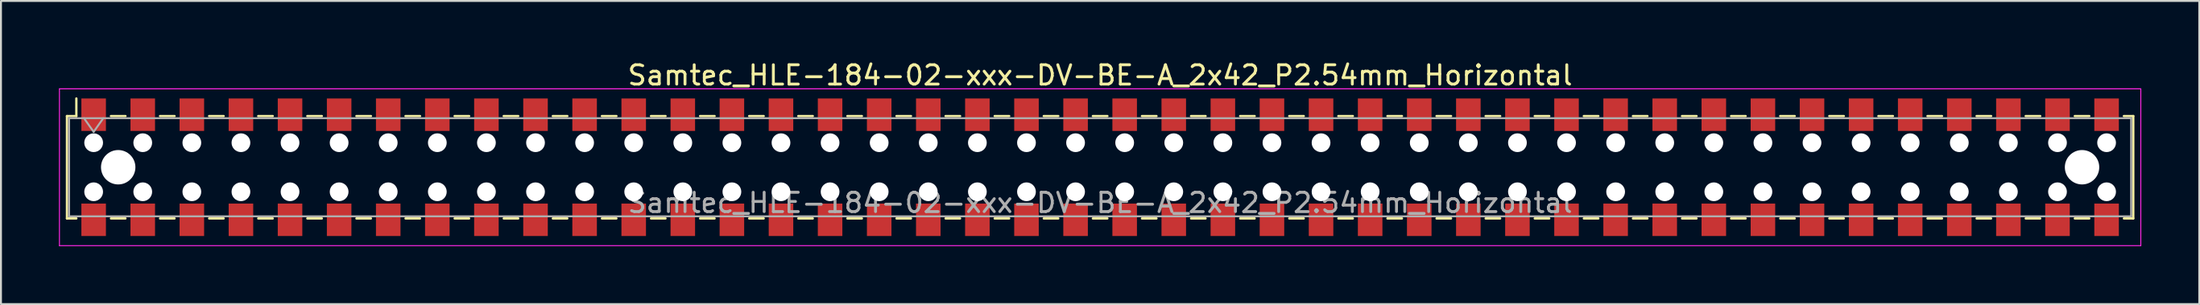
<source format=kicad_pcb>
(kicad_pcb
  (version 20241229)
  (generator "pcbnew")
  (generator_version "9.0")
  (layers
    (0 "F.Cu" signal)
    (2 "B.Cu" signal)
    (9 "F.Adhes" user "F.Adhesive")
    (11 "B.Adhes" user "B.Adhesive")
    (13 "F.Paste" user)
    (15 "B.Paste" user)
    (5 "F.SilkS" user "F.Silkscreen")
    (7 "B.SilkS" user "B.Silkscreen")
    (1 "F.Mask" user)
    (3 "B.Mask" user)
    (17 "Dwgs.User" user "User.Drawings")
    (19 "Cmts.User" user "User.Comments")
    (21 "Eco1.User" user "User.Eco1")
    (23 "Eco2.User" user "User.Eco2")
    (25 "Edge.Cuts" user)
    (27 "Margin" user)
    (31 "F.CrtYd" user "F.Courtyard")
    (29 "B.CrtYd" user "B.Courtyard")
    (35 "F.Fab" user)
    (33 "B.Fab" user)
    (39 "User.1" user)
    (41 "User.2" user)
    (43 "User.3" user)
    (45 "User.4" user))
  (footprint "Samtec_HLE-184-02-xxx-DV-BE-A_2x42_P2.54mm_Horizontal"
    (layer "F.Cu")
    (at 53.865 5.608)
    (property "Reference" "Samtec_HLE-184-02-xxx-DV-BE-A_2x42_P2.54mm_Horizontal" (at 0 -4.76 0) (layer "F.SilkS") (effects (font (size 1 1) (thickness 0.15))))
    (attr smd)
    (fp_line (start -53.45 -2.65) (end -53.45 2.65) (stroke (width 0.12) (type solid)) (layer "F.SilkS"))
    (fp_line (start -53.45 2.65) (end -52.965 2.65) (stroke (width 0.12) (type solid)) (layer "F.SilkS"))
    (fp_line (start -52.965 -3.56) (end -52.965 -2.65) (stroke (width 0.12) (type solid)) (layer "F.SilkS"))
    (fp_line (start -52.965 -2.65) (end -53.45 -2.65) (stroke (width 0.12) (type solid)) (layer "F.SilkS"))
    (fp_line (start -51.175 -2.65) (end -50.425 -2.65) (stroke (width 0.12) (type solid)) (layer "F.SilkS"))
    (fp_line (start -51.175 2.65) (end -50.425 2.65) (stroke (width 0.12) (type solid)) (layer "F.SilkS"))
    (fp_line (start -48.635 -2.65) (end -47.885 -2.65) (stroke (width 0.12) (type solid)) (layer "F.SilkS"))
    (fp_line (start -48.635 2.65) (end -47.885 2.65) (stroke (width 0.12) (type solid)) (layer "F.SilkS"))
    (fp_line (start -46.095 -2.65) (end -45.345 -2.65) (stroke (width 0.12) (type solid)) (layer "F.SilkS"))
    (fp_line (start -46.095 2.65) (end -45.345 2.65) (stroke (width 0.12) (type solid)) (layer "F.SilkS"))
    (fp_line (start -43.555 -2.65) (end -42.805 -2.65) (stroke (width 0.12) (type solid)) (layer "F.SilkS"))
    (fp_line (start -43.555 2.65) (end -42.805 2.65) (stroke (width 0.12) (type solid)) (layer "F.SilkS"))
    (fp_line (start -41.015 -2.65) (end -40.265 -2.65) (stroke (width 0.12) (type solid)) (layer "F.SilkS"))
    (fp_line (start -41.015 2.65) (end -40.265 2.65) (stroke (width 0.12) (type solid)) (layer "F.SilkS"))
    (fp_line (start -38.475 -2.65) (end -37.725 -2.65) (stroke (width 0.12) (type solid)) (layer "F.SilkS"))
    (fp_line (start -38.475 2.65) (end -37.725 2.65) (stroke (width 0.12) (type solid)) (layer "F.SilkS"))
    (fp_line (start -35.935 -2.65) (end -35.185 -2.65) (stroke (width 0.12) (type solid)) (layer "F.SilkS"))
    (fp_line (start -35.935 2.65) (end -35.185 2.65) (stroke (width 0.12) (type solid)) (layer "F.SilkS"))
    (fp_line (start -33.395 -2.65) (end -32.645 -2.65) (stroke (width 0.12) (type solid)) (layer "F.SilkS"))
    (fp_line (start -33.395 2.65) (end -32.645 2.65) (stroke (width 0.12) (type solid)) (layer "F.SilkS"))
    (fp_line (start -30.855 -2.65) (end -30.105 -2.65) (stroke (width 0.12) (type solid)) (layer "F.SilkS"))
    (fp_line (start -30.855 2.65) (end -30.105 2.65) (stroke (width 0.12) (type solid)) (layer "F.SilkS"))
    (fp_line (start -28.315 -2.65) (end -27.565 -2.65) (stroke (width 0.12) (type solid)) (layer "F.SilkS"))
    (fp_line (start -28.315 2.65) (end -27.565 2.65) (stroke (width 0.12) (type solid)) (layer "F.SilkS"))
    (fp_line (start -25.775 -2.65) (end -25.025 -2.65) (stroke (width 0.12) (type solid)) (layer "F.SilkS"))
    (fp_line (start -25.775 2.65) (end -25.025 2.65) (stroke (width 0.12) (type solid)) (layer "F.SilkS"))
    (fp_line (start -23.235 -2.65) (end -22.485 -2.65) (stroke (width 0.12) (type solid)) (layer "F.SilkS"))
    (fp_line (start -23.235 2.65) (end -22.485 2.65) (stroke (width 0.12) (type solid)) (layer "F.SilkS"))
    (fp_line (start -20.695 -2.65) (end -19.945 -2.65) (stroke (width 0.12) (type solid)) (layer "F.SilkS"))
    (fp_line (start -20.695 2.65) (end -19.945 2.65) (stroke (width 0.12) (type solid)) (layer "F.SilkS"))
    (fp_line (start -18.155 -2.65) (end -17.405 -2.65) (stroke (width 0.12) (type solid)) (layer "F.SilkS"))
    (fp_line (start -18.155 2.65) (end -17.405 2.65) (stroke (width 0.12) (type solid)) (layer "F.SilkS"))
    (fp_line (start -15.615 -2.65) (end -14.865 -2.65) (stroke (width 0.12) (type solid)) (layer "F.SilkS"))
    (fp_line (start -15.615 2.65) (end -14.865 2.65) (stroke (width 0.12) (type solid)) (layer "F.SilkS"))
    (fp_line (start -13.075 -2.65) (end -12.325 -2.65) (stroke (width 0.12) (type solid)) (layer "F.SilkS"))
    (fp_line (start -13.075 2.65) (end -12.325 2.65) (stroke (width 0.12) (type solid)) (layer "F.SilkS"))
    (fp_line (start -10.535 -2.65) (end -9.785 -2.65) (stroke (width 0.12) (type solid)) (layer "F.SilkS"))
    (fp_line (start -10.535 2.65) (end -9.785 2.65) (stroke (width 0.12) (type solid)) (layer "F.SilkS"))
    (fp_line (start -7.995 -2.65) (end -7.245 -2.65) (stroke (width 0.12) (type solid)) (layer "F.SilkS"))
    (fp_line (start -7.995 2.65) (end -7.245 2.65) (stroke (width 0.12) (type solid)) (layer "F.SilkS"))
    (fp_line (start -5.455 -2.65) (end -4.705 -2.65) (stroke (width 0.12) (type solid)) (layer "F.SilkS"))
    (fp_line (start -5.455 2.65) (end -4.705 2.65) (stroke (width 0.12) (type solid)) (layer "F.SilkS"))
    (fp_line (start -2.915 -2.65) (end -2.165 -2.65) (stroke (width 0.12) (type solid)) (layer "F.SilkS"))
    (fp_line (start -2.915 2.65) (end -2.165 2.65) (stroke (width 0.12) (type solid)) (layer "F.SilkS"))
    (fp_line (start -0.375 -2.65) (end 0.375 -2.65) (stroke (width 0.12) (type solid)) (layer "F.SilkS"))
    (fp_line (start -0.375 2.65) (end 0.375 2.65) (stroke (width 0.12) (type solid)) (layer "F.SilkS"))
    (fp_line (start 2.165 -2.65) (end 2.915 -2.65) (stroke (width 0.12) (type solid)) (layer "F.SilkS"))
    (fp_line (start 2.165 2.65) (end 2.915 2.65) (stroke (width 0.12) (type solid)) (layer "F.SilkS"))
    (fp_line (start 4.705 -2.65) (end 5.455 -2.65) (stroke (width 0.12) (type solid)) (layer "F.SilkS"))
    (fp_line (start 4.705 2.65) (end 5.455 2.65) (stroke (width 0.12) (type solid)) (layer "F.SilkS"))
    (fp_line (start 7.245 -2.65) (end 7.995 -2.65) (stroke (width 0.12) (type solid)) (layer "F.SilkS"))
    (fp_line (start 7.245 2.65) (end 7.995 2.65) (stroke (width 0.12) (type solid)) (layer "F.SilkS"))
    (fp_line (start 9.785 -2.65) (end 10.535 -2.65) (stroke (width 0.12) (type solid)) (layer "F.SilkS"))
    (fp_line (start 9.785 2.65) (end 10.535 2.65) (stroke (width 0.12) (type solid)) (layer "F.SilkS"))
    (fp_line (start 12.325 -2.65) (end 13.075 -2.65) (stroke (width 0.12) (type solid)) (layer "F.SilkS"))
    (fp_line (start 12.325 2.65) (end 13.075 2.65) (stroke (width 0.12) (type solid)) (layer "F.SilkS"))
    (fp_line (start 14.865 -2.65) (end 15.615 -2.65) (stroke (width 0.12) (type solid)) (layer "F.SilkS"))
    (fp_line (start 14.865 2.65) (end 15.615 2.65) (stroke (width 0.12) (type solid)) (layer "F.SilkS"))
    (fp_line (start 17.405 -2.65) (end 18.155 -2.65) (stroke (width 0.12) (type solid)) (layer "F.SilkS"))
    (fp_line (start 17.405 2.65) (end 18.155 2.65) (stroke (width 0.12) (type solid)) (layer "F.SilkS"))
    (fp_line (start 19.945 -2.65) (end 20.695 -2.65) (stroke (width 0.12) (type solid)) (layer "F.SilkS"))
    (fp_line (start 19.945 2.65) (end 20.695 2.65) (stroke (width 0.12) (type solid)) (layer "F.SilkS"))
    (fp_line (start 22.485 -2.65) (end 23.235 -2.65) (stroke (width 0.12) (type solid)) (layer "F.SilkS"))
    (fp_line (start 22.485 2.65) (end 23.235 2.65) (stroke (width 0.12) (type solid)) (layer "F.SilkS"))
    (fp_line (start 25.025 -2.65) (end 25.775 -2.65) (stroke (width 0.12) (type solid)) (layer "F.SilkS"))
    (fp_line (start 25.025 2.65) (end 25.775 2.65) (stroke (width 0.12) (type solid)) (layer "F.SilkS"))
    (fp_line (start 27.565 -2.65) (end 28.315 -2.65) (stroke (width 0.12) (type solid)) (layer "F.SilkS"))
    (fp_line (start 27.565 2.65) (end 28.315 2.65) (stroke (width 0.12) (type solid)) (layer "F.SilkS"))
    (fp_line (start 30.105 -2.65) (end 30.855 -2.65) (stroke (width 0.12) (type solid)) (layer "F.SilkS"))
    (fp_line (start 30.105 2.65) (end 30.855 2.65) (stroke (width 0.12) (type solid)) (layer "F.SilkS"))
    (fp_line (start 32.645 -2.65) (end 33.395 -2.65) (stroke (width 0.12) (type solid)) (layer "F.SilkS"))
    (fp_line (start 32.645 2.65) (end 33.395 2.65) (stroke (width 0.12) (type solid)) (layer "F.SilkS"))
    (fp_line (start 35.185 -2.65) (end 35.935 -2.65) (stroke (width 0.12) (type solid)) (layer "F.SilkS"))
    (fp_line (start 35.185 2.65) (end 35.935 2.65) (stroke (width 0.12) (type solid)) (layer "F.SilkS"))
    (fp_line (start 37.725 -2.65) (end 38.475 -2.65) (stroke (width 0.12) (type solid)) (layer "F.SilkS"))
    (fp_line (start 37.725 2.65) (end 38.475 2.65) (stroke (width 0.12) (type solid)) (layer "F.SilkS"))
    (fp_line (start 40.265 -2.65) (end 41.015 -2.65) (stroke (width 0.12) (type solid)) (layer "F.SilkS"))
    (fp_line (start 40.265 2.65) (end 41.015 2.65) (stroke (width 0.12) (type solid)) (layer "F.SilkS"))
    (fp_line (start 42.805 -2.65) (end 43.555 -2.65) (stroke (width 0.12) (type solid)) (layer "F.SilkS"))
    (fp_line (start 42.805 2.65) (end 43.555 2.65) (stroke (width 0.12) (type solid)) (layer "F.SilkS"))
    (fp_line (start 45.345 -2.65) (end 46.095 -2.65) (stroke (width 0.12) (type solid)) (layer "F.SilkS"))
    (fp_line (start 45.345 2.65) (end 46.095 2.65) (stroke (width 0.12) (type solid)) (layer "F.SilkS"))
    (fp_line (start 47.885 -2.65) (end 48.635 -2.65) (stroke (width 0.12) (type solid)) (layer "F.SilkS"))
    (fp_line (start 47.885 2.65) (end 48.635 2.65) (stroke (width 0.12) (type solid)) (layer "F.SilkS"))
    (fp_line (start 50.425 -2.65) (end 51.175 -2.65) (stroke (width 0.12) (type solid)) (layer "F.SilkS"))
    (fp_line (start 50.425 2.65) (end 51.175 2.65) (stroke (width 0.12) (type solid)) (layer "F.SilkS"))
    (fp_line (start 52.965 -2.65) (end 53.45 -2.65) (stroke (width 0.12) (type solid)) (layer "F.SilkS"))
    (fp_line (start 53.45 -2.65) (end 53.45 2.65) (stroke (width 0.12) (type solid)) (layer "F.SilkS"))
    (fp_line (start 53.45 2.65) (end 52.965 2.65) (stroke (width 0.12) (type solid)) (layer "F.SilkS"))
    (fp_line (start -53.84 -4.06) (end 53.84 -4.06) (stroke (width 0.05) (type solid)) (layer "F.CrtYd"))
    (fp_line (start -53.84 4.06) (end -53.84 -4.06) (stroke (width 0.05) (type solid)) (layer "F.CrtYd"))
    (fp_line (start 53.84 -4.06) (end 53.84 4.06) (stroke (width 0.05) (type solid)) (layer "F.CrtYd"))
    (fp_line (start 53.84 4.06) (end -53.84 4.06) (stroke (width 0.05) (type solid)) (layer "F.CrtYd"))
    (fp_line (start -53.34 -2.54) (end 53.34 -2.54) (stroke (width 0.1) (type solid)) (layer "F.Fab"))
    (fp_line (start -53.34 2.54) (end -53.34 -2.54) (stroke (width 0.1) (type solid)) (layer "F.Fab"))
    (fp_line (start -52.57 -2.54) (end -52.07 -1.833) (stroke (width 0.1) (type solid)) (layer "F.Fab"))
    (fp_line (start -52.07 -1.833) (end -51.57 -2.54) (stroke (width 0.1) (type solid)) (layer "F.Fab"))
    (fp_line (start 53.34 -2.54) (end 53.34 2.54) (stroke (width 0.1) (type solid)) (layer "F.Fab"))
    (fp_line (start 53.34 2.54) (end -53.34 2.54) (stroke (width 0.1) (type solid)) (layer "F.Fab"))
    (fp_text user "${REFERENCE}" (at 0 1.84 0) (layer "F.Fab") (effects (font (size 1 1) (thickness 0.15))))
    (pad "" np_thru_hole circle (at -52.07 -1.27) (size 0.97 0.97) (drill 0.97) (layers "*.Cu" "*.Mask"))
    (pad "" np_thru_hole circle (at -52.07 1.27) (size 0.97 0.97) (drill 0.97) (layers "*.Cu" "*.Mask"))
    (pad "" np_thru_hole circle (at -50.8 0) (size 1.78 1.78) (drill 1.78) (layers "*.Cu" "*.Mask"))
    (pad "" np_thru_hole circle (at -49.53 -1.27) (size 0.97 0.97) (drill 0.97) (layers "*.Cu" "*.Mask"))
    (pad "" np_thru_hole circle (at -49.53 1.27) (size 0.97 0.97) (drill 0.97) (layers "*.Cu" "*.Mask"))
    (pad "" np_thru_hole circle (at -46.99 -1.27) (size 0.97 0.97) (drill 0.97) (layers "*.Cu" "*.Mask"))
    (pad "" np_thru_hole circle (at -46.99 1.27) (size 0.97 0.97) (drill 0.97) (layers "*.Cu" "*.Mask"))
    (pad "" np_thru_hole circle (at -44.45 -1.27) (size 0.97 0.97) (drill 0.97) (layers "*.Cu" "*.Mask"))
    (pad "" np_thru_hole circle (at -44.45 1.27) (size 0.97 0.97) (drill 0.97) (layers "*.Cu" "*.Mask"))
    (pad "" np_thru_hole circle (at -41.91 -1.27) (size 0.97 0.97) (drill 0.97) (layers "*.Cu" "*.Mask"))
    (pad "" np_thru_hole circle (at -41.91 1.27) (size 0.97 0.97) (drill 0.97) (layers "*.Cu" "*.Mask"))
    (pad "" np_thru_hole circle (at -39.37 -1.27) (size 0.97 0.97) (drill 0.97) (layers "*.Cu" "*.Mask"))
    (pad "" np_thru_hole circle (at -39.37 1.27) (size 0.97 0.97) (drill 0.97) (layers "*.Cu" "*.Mask"))
    (pad "" np_thru_hole circle (at -36.83 -1.27) (size 0.97 0.97) (drill 0.97) (layers "*.Cu" "*.Mask"))
    (pad "" np_thru_hole circle (at -36.83 1.27) (size 0.97 0.97) (drill 0.97) (layers "*.Cu" "*.Mask"))
    (pad "" np_thru_hole circle (at -34.29 -1.27) (size 0.97 0.97) (drill 0.97) (layers "*.Cu" "*.Mask"))
    (pad "" np_thru_hole circle (at -34.29 1.27) (size 0.97 0.97) (drill 0.97) (layers "*.Cu" "*.Mask"))
    (pad "" np_thru_hole circle (at -31.75 -1.27) (size 0.97 0.97) (drill 0.97) (layers "*.Cu" "*.Mask"))
    (pad "" np_thru_hole circle (at -31.75 1.27) (size 0.97 0.97) (drill 0.97) (layers "*.Cu" "*.Mask"))
    (pad "" np_thru_hole circle (at -29.21 -1.27) (size 0.97 0.97) (drill 0.97) (layers "*.Cu" "*.Mask"))
    (pad "" np_thru_hole circle (at -29.21 1.27) (size 0.97 0.97) (drill 0.97) (layers "*.Cu" "*.Mask"))
    (pad "" np_thru_hole circle (at -26.67 -1.27) (size 0.97 0.97) (drill 0.97) (layers "*.Cu" "*.Mask"))
    (pad "" np_thru_hole circle (at -26.67 1.27) (size 0.97 0.97) (drill 0.97) (layers "*.Cu" "*.Mask"))
    (pad "" np_thru_hole circle (at -24.13 -1.27) (size 0.97 0.97) (drill 0.97) (layers "*.Cu" "*.Mask"))
    (pad "" np_thru_hole circle (at -24.13 1.27) (size 0.97 0.97) (drill 0.97) (layers "*.Cu" "*.Mask"))
    (pad "" np_thru_hole circle (at -21.59 -1.27) (size 0.97 0.97) (drill 0.97) (layers "*.Cu" "*.Mask"))
    (pad "" np_thru_hole circle (at -21.59 1.27) (size 0.97 0.97) (drill 0.97) (layers "*.Cu" "*.Mask"))
    (pad "" np_thru_hole circle (at -19.05 -1.27) (size 0.97 0.97) (drill 0.97) (layers "*.Cu" "*.Mask"))
    (pad "" np_thru_hole circle (at -19.05 1.27) (size 0.97 0.97) (drill 0.97) (layers "*.Cu" "*.Mask"))
    (pad "" np_thru_hole circle (at -16.51 -1.27) (size 0.97 0.97) (drill 0.97) (layers "*.Cu" "*.Mask"))
    (pad "" np_thru_hole circle (at -16.51 1.27) (size 0.97 0.97) (drill 0.97) (layers "*.Cu" "*.Mask"))
    (pad "" np_thru_hole circle (at -13.97 -1.27) (size 0.97 0.97) (drill 0.97) (layers "*.Cu" "*.Mask"))
    (pad "" np_thru_hole circle (at -13.97 1.27) (size 0.97 0.97) (drill 0.97) (layers "*.Cu" "*.Mask"))
    (pad "" np_thru_hole circle (at -11.43 -1.27) (size 0.97 0.97) (drill 0.97) (layers "*.Cu" "*.Mask"))
    (pad "" np_thru_hole circle (at -11.43 1.27) (size 0.97 0.97) (drill 0.97) (layers "*.Cu" "*.Mask"))
    (pad "" np_thru_hole circle (at -8.89 -1.27) (size 0.97 0.97) (drill 0.97) (layers "*.Cu" "*.Mask"))
    (pad "" np_thru_hole circle (at -8.89 1.27) (size 0.97 0.97) (drill 0.97) (layers "*.Cu" "*.Mask"))
    (pad "" np_thru_hole circle (at -6.35 -1.27) (size 0.97 0.97) (drill 0.97) (layers "*.Cu" "*.Mask"))
    (pad "" np_thru_hole circle (at -6.35 1.27) (size 0.97 0.97) (drill 0.97) (layers "*.Cu" "*.Mask"))
    (pad "" np_thru_hole circle (at -3.81 -1.27) (size 0.97 0.97) (drill 0.97) (layers "*.Cu" "*.Mask"))
    (pad "" np_thru_hole circle (at -3.81 1.27) (size 0.97 0.97) (drill 0.97) (layers "*.Cu" "*.Mask"))
    (pad "" np_thru_hole circle (at -1.27 -1.27) (size 0.97 0.97) (drill 0.97) (layers "*.Cu" "*.Mask"))
    (pad "" np_thru_hole circle (at -1.27 1.27) (size 0.97 0.97) (drill 0.97) (layers "*.Cu" "*.Mask"))
    (pad "" np_thru_hole circle (at 1.27 -1.27) (size 0.97 0.97) (drill 0.97) (layers "*.Cu" "*.Mask"))
    (pad "" np_thru_hole circle (at 1.27 1.27) (size 0.97 0.97) (drill 0.97) (layers "*.Cu" "*.Mask"))
    (pad "" np_thru_hole circle (at 3.81 -1.27) (size 0.97 0.97) (drill 0.97) (layers "*.Cu" "*.Mask"))
    (pad "" np_thru_hole circle (at 3.81 1.27) (size 0.97 0.97) (drill 0.97) (layers "*.Cu" "*.Mask"))
    (pad "" np_thru_hole circle (at 6.35 -1.27) (size 0.97 0.97) (drill 0.97) (layers "*.Cu" "*.Mask"))
    (pad "" np_thru_hole circle (at 6.35 1.27) (size 0.97 0.97) (drill 0.97) (layers "*.Cu" "*.Mask"))
    (pad "" np_thru_hole circle (at 8.89 -1.27) (size 0.97 0.97) (drill 0.97) (layers "*.Cu" "*.Mask"))
    (pad "" np_thru_hole circle (at 8.89 1.27) (size 0.97 0.97) (drill 0.97) (layers "*.Cu" "*.Mask"))
    (pad "" np_thru_hole circle (at 11.43 -1.27) (size 0.97 0.97) (drill 0.97) (layers "*.Cu" "*.Mask"))
    (pad "" np_thru_hole circle (at 11.43 1.27) (size 0.97 0.97) (drill 0.97) (layers "*.Cu" "*.Mask"))
    (pad "" np_thru_hole circle (at 13.97 -1.27) (size 0.97 0.97) (drill 0.97) (layers "*.Cu" "*.Mask"))
    (pad "" np_thru_hole circle (at 13.97 1.27) (size 0.97 0.97) (drill 0.97) (layers "*.Cu" "*.Mask"))
    (pad "" np_thru_hole circle (at 16.51 -1.27) (size 0.97 0.97) (drill 0.97) (layers "*.Cu" "*.Mask"))
    (pad "" np_thru_hole circle (at 16.51 1.27) (size 0.97 0.97) (drill 0.97) (layers "*.Cu" "*.Mask"))
    (pad "" np_thru_hole circle (at 19.05 -1.27) (size 0.97 0.97) (drill 0.97) (layers "*.Cu" "*.Mask"))
    (pad "" np_thru_hole circle (at 19.05 1.27) (size 0.97 0.97) (drill 0.97) (layers "*.Cu" "*.Mask"))
    (pad "" np_thru_hole circle (at 21.59 -1.27) (size 0.97 0.97) (drill 0.97) (layers "*.Cu" "*.Mask"))
    (pad "" np_thru_hole circle (at 21.59 1.27) (size 0.97 0.97) (drill 0.97) (layers "*.Cu" "*.Mask"))
    (pad "" np_thru_hole circle (at 24.13 -1.27) (size 0.97 0.97) (drill 0.97) (layers "*.Cu" "*.Mask"))
    (pad "" np_thru_hole circle (at 24.13 1.27) (size 0.97 0.97) (drill 0.97) (layers "*.Cu" "*.Mask"))
    (pad "" np_thru_hole circle (at 26.67 -1.27) (size 0.97 0.97) (drill 0.97) (layers "*.Cu" "*.Mask"))
    (pad "" np_thru_hole circle (at 26.67 1.27) (size 0.97 0.97) (drill 0.97) (layers "*.Cu" "*.Mask"))
    (pad "" np_thru_hole circle (at 29.21 -1.27) (size 0.97 0.97) (drill 0.97) (layers "*.Cu" "*.Mask"))
    (pad "" np_thru_hole circle (at 29.21 1.27) (size 0.97 0.97) (drill 0.97) (layers "*.Cu" "*.Mask"))
    (pad "" np_thru_hole circle (at 31.75 -1.27) (size 0.97 0.97) (drill 0.97) (layers "*.Cu" "*.Mask"))
    (pad "" np_thru_hole circle (at 31.75 1.27) (size 0.97 0.97) (drill 0.97) (layers "*.Cu" "*.Mask"))
    (pad "" np_thru_hole circle (at 34.29 -1.27) (size 0.97 0.97) (drill 0.97) (layers "*.Cu" "*.Mask"))
    (pad "" np_thru_hole circle (at 34.29 1.27) (size 0.97 0.97) (drill 0.97) (layers "*.Cu" "*.Mask"))
    (pad "" np_thru_hole circle (at 36.83 -1.27) (size 0.97 0.97) (drill 0.97) (layers "*.Cu" "*.Mask"))
    (pad "" np_thru_hole circle (at 36.83 1.27) (size 0.97 0.97) (drill 0.97) (layers "*.Cu" "*.Mask"))
    (pad "" np_thru_hole circle (at 39.37 -1.27) (size 0.97 0.97) (drill 0.97) (layers "*.Cu" "*.Mask"))
    (pad "" np_thru_hole circle (at 39.37 1.27) (size 0.97 0.97) (drill 0.97) (layers "*.Cu" "*.Mask"))
    (pad "" np_thru_hole circle (at 41.91 -1.27) (size 0.97 0.97) (drill 0.97) (layers "*.Cu" "*.Mask"))
    (pad "" np_thru_hole circle (at 41.91 1.27) (size 0.97 0.97) (drill 0.97) (layers "*.Cu" "*.Mask"))
    (pad "" np_thru_hole circle (at 44.45 -1.27) (size 0.97 0.97) (drill 0.97) (layers "*.Cu" "*.Mask"))
    (pad "" np_thru_hole circle (at 44.45 1.27) (size 0.97 0.97) (drill 0.97) (layers "*.Cu" "*.Mask"))
    (pad "" np_thru_hole circle (at 46.99 -1.27) (size 0.97 0.97) (drill 0.97) (layers "*.Cu" "*.Mask"))
    (pad "" np_thru_hole circle (at 46.99 1.27) (size 0.97 0.97) (drill 0.97) (layers "*.Cu" "*.Mask"))
    (pad "" np_thru_hole circle (at 49.53 -1.27) (size 0.97 0.97) (drill 0.97) (layers "*.Cu" "*.Mask"))
    (pad "" np_thru_hole circle (at 49.53 1.27) (size 0.97 0.97) (drill 0.97) (layers "*.Cu" "*.Mask"))
    (pad "" np_thru_hole circle (at 50.8 0) (size 1.78 1.78) (drill 1.78) (layers "*.Cu" "*.Mask"))
    (pad "" np_thru_hole circle (at 52.07 -1.27) (size 0.97 0.97) (drill 0.97) (layers "*.Cu" "*.Mask"))
    (pad "" np_thru_hole circle (at 52.07 1.27) (size 0.97 0.97) (drill 0.97) (layers "*.Cu" "*.Mask"))
    (pad "1" smd rect (at -52.07 -2.72) (size 1.27 1.68) (layers "F.Cu" "F.Mask" "F.Paste"))
    (pad "2" smd rect (at -52.07 2.72) (size 1.27 1.68) (layers "F.Cu" "F.Mask" "F.Paste"))
    (pad "3" smd rect (at -49.53 -2.72) (size 1.27 1.68) (layers "F.Cu" "F.Mask" "F.Paste"))
    (pad "4" smd rect (at -49.53 2.72) (size 1.27 1.68) (layers "F.Cu" "F.Mask" "F.Paste"))
    (pad "5" smd rect (at -46.99 -2.72) (size 1.27 1.68) (layers "F.Cu" "F.Mask" "F.Paste"))
    (pad "6" smd rect (at -46.99 2.72) (size 1.27 1.68) (layers "F.Cu" "F.Mask" "F.Paste"))
    (pad "7" smd rect (at -44.45 -2.72) (size 1.27 1.68) (layers "F.Cu" "F.Mask" "F.Paste"))
    (pad "8" smd rect (at -44.45 2.72) (size 1.27 1.68) (layers "F.Cu" "F.Mask" "F.Paste"))
    (pad "9" smd rect (at -41.91 -2.72) (size 1.27 1.68) (layers "F.Cu" "F.Mask" "F.Paste"))
    (pad "10" smd rect (at -41.91 2.72) (size 1.27 1.68) (layers "F.Cu" "F.Mask" "F.Paste"))
    (pad "11" smd rect (at -39.37 -2.72) (size 1.27 1.68) (layers "F.Cu" "F.Mask" "F.Paste"))
    (pad "12" smd rect (at -39.37 2.72) (size 1.27 1.68) (layers "F.Cu" "F.Mask" "F.Paste"))
    (pad "13" smd rect (at -36.83 -2.72) (size 1.27 1.68) (layers "F.Cu" "F.Mask" "F.Paste"))
    (pad "14" smd rect (at -36.83 2.72) (size 1.27 1.68) (layers "F.Cu" "F.Mask" "F.Paste"))
    (pad "15" smd rect (at -34.29 -2.72) (size 1.27 1.68) (layers "F.Cu" "F.Mask" "F.Paste"))
    (pad "16" smd rect (at -34.29 2.72) (size 1.27 1.68) (layers "F.Cu" "F.Mask" "F.Paste"))
    (pad "17" smd rect (at -31.75 -2.72) (size 1.27 1.68) (layers "F.Cu" "F.Mask" "F.Paste"))
    (pad "18" smd rect (at -31.75 2.72) (size 1.27 1.68) (layers "F.Cu" "F.Mask" "F.Paste"))
    (pad "19" smd rect (at -29.21 -2.72) (size 1.27 1.68) (layers "F.Cu" "F.Mask" "F.Paste"))
    (pad "20" smd rect (at -29.21 2.72) (size 1.27 1.68) (layers "F.Cu" "F.Mask" "F.Paste"))
    (pad "21" smd rect (at -26.67 -2.72) (size 1.27 1.68) (layers "F.Cu" "F.Mask" "F.Paste"))
    (pad "22" smd rect (at -26.67 2.72) (size 1.27 1.68) (layers "F.Cu" "F.Mask" "F.Paste"))
    (pad "23" smd rect (at -24.13 -2.72) (size 1.27 1.68) (layers "F.Cu" "F.Mask" "F.Paste"))
    (pad "24" smd rect (at -24.13 2.72) (size 1.27 1.68) (layers "F.Cu" "F.Mask" "F.Paste"))
    (pad "25" smd rect (at -21.59 -2.72) (size 1.27 1.68) (layers "F.Cu" "F.Mask" "F.Paste"))
    (pad "26" smd rect (at -21.59 2.72) (size 1.27 1.68) (layers "F.Cu" "F.Mask" "F.Paste"))
    (pad "27" smd rect (at -19.05 -2.72) (size 1.27 1.68) (layers "F.Cu" "F.Mask" "F.Paste"))
    (pad "28" smd rect (at -19.05 2.72) (size 1.27 1.68) (layers "F.Cu" "F.Mask" "F.Paste"))
    (pad "29" smd rect (at -16.51 -2.72) (size 1.27 1.68) (layers "F.Cu" "F.Mask" "F.Paste"))
    (pad "30" smd rect (at -16.51 2.72) (size 1.27 1.68) (layers "F.Cu" "F.Mask" "F.Paste"))
    (pad "31" smd rect (at -13.97 -2.72) (size 1.27 1.68) (layers "F.Cu" "F.Mask" "F.Paste"))
    (pad "32" smd rect (at -13.97 2.72) (size 1.27 1.68) (layers "F.Cu" "F.Mask" "F.Paste"))
    (pad "33" smd rect (at -11.43 -2.72) (size 1.27 1.68) (layers "F.Cu" "F.Mask" "F.Paste"))
    (pad "34" smd rect (at -11.43 2.72) (size 1.27 1.68) (layers "F.Cu" "F.Mask" "F.Paste"))
    (pad "35" smd rect (at -8.89 -2.72) (size 1.27 1.68) (layers "F.Cu" "F.Mask" "F.Paste"))
    (pad "36" smd rect (at -8.89 2.72) (size 1.27 1.68) (layers "F.Cu" "F.Mask" "F.Paste"))
    (pad "37" smd rect (at -6.35 -2.72) (size 1.27 1.68) (layers "F.Cu" "F.Mask" "F.Paste"))
    (pad "38" smd rect (at -6.35 2.72) (size 1.27 1.68) (layers "F.Cu" "F.Mask" "F.Paste"))
    (pad "39" smd rect (at -3.81 -2.72) (size 1.27 1.68) (layers "F.Cu" "F.Mask" "F.Paste"))
    (pad "40" smd rect (at -3.81 2.72) (size 1.27 1.68) (layers "F.Cu" "F.Mask" "F.Paste"))
    (pad "41" smd rect (at -1.27 -2.72) (size 1.27 1.68) (layers "F.Cu" "F.Mask" "F.Paste"))
    (pad "42" smd rect (at -1.27 2.72) (size 1.27 1.68) (layers "F.Cu" "F.Mask" "F.Paste"))
    (pad "43" smd rect (at 1.27 -2.72) (size 1.27 1.68) (layers "F.Cu" "F.Mask" "F.Paste"))
    (pad "44" smd rect (at 1.27 2.72) (size 1.27 1.68) (layers "F.Cu" "F.Mask" "F.Paste"))
    (pad "45" smd rect (at 3.81 -2.72) (size 1.27 1.68) (layers "F.Cu" "F.Mask" "F.Paste"))
    (pad "46" smd rect (at 3.81 2.72) (size 1.27 1.68) (layers "F.Cu" "F.Mask" "F.Paste"))
    (pad "47" smd rect (at 6.35 -2.72) (size 1.27 1.68) (layers "F.Cu" "F.Mask" "F.Paste"))
    (pad "48" smd rect (at 6.35 2.72) (size 1.27 1.68) (layers "F.Cu" "F.Mask" "F.Paste"))
    (pad "49" smd rect (at 8.89 -2.72) (size 1.27 1.68) (layers "F.Cu" "F.Mask" "F.Paste"))
    (pad "50" smd rect (at 8.89 2.72) (size 1.27 1.68) (layers "F.Cu" "F.Mask" "F.Paste"))
    (pad "51" smd rect (at 11.43 -2.72) (size 1.27 1.68) (layers "F.Cu" "F.Mask" "F.Paste"))
    (pad "52" smd rect (at 11.43 2.72) (size 1.27 1.68) (layers "F.Cu" "F.Mask" "F.Paste"))
    (pad "53" smd rect (at 13.97 -2.72) (size 1.27 1.68) (layers "F.Cu" "F.Mask" "F.Paste"))
    (pad "54" smd rect (at 13.97 2.72) (size 1.27 1.68) (layers "F.Cu" "F.Mask" "F.Paste"))
    (pad "55" smd rect (at 16.51 -2.72) (size 1.27 1.68) (layers "F.Cu" "F.Mask" "F.Paste"))
    (pad "56" smd rect (at 16.51 2.72) (size 1.27 1.68) (layers "F.Cu" "F.Mask" "F.Paste"))
    (pad "57" smd rect (at 19.05 -2.72) (size 1.27 1.68) (layers "F.Cu" "F.Mask" "F.Paste"))
    (pad "58" smd rect (at 19.05 2.72) (size 1.27 1.68) (layers "F.Cu" "F.Mask" "F.Paste"))
    (pad "59" smd rect (at 21.59 -2.72) (size 1.27 1.68) (layers "F.Cu" "F.Mask" "F.Paste"))
    (pad "60" smd rect (at 21.59 2.72) (size 1.27 1.68) (layers "F.Cu" "F.Mask" "F.Paste"))
    (pad "61" smd rect (at 24.13 -2.72) (size 1.27 1.68) (layers "F.Cu" "F.Mask" "F.Paste"))
    (pad "62" smd rect (at 24.13 2.72) (size 1.27 1.68) (layers "F.Cu" "F.Mask" "F.Paste"))
    (pad "63" smd rect (at 26.67 -2.72) (size 1.27 1.68) (layers "F.Cu" "F.Mask" "F.Paste"))
    (pad "64" smd rect (at 26.67 2.72) (size 1.27 1.68) (layers "F.Cu" "F.Mask" "F.Paste"))
    (pad "65" smd rect (at 29.21 -2.72) (size 1.27 1.68) (layers "F.Cu" "F.Mask" "F.Paste"))
    (pad "66" smd rect (at 29.21 2.72) (size 1.27 1.68) (layers "F.Cu" "F.Mask" "F.Paste"))
    (pad "67" smd rect (at 31.75 -2.72) (size 1.27 1.68) (layers "F.Cu" "F.Mask" "F.Paste"))
    (pad "68" smd rect (at 31.75 2.72) (size 1.27 1.68) (layers "F.Cu" "F.Mask" "F.Paste"))
    (pad "69" smd rect (at 34.29 -2.72) (size 1.27 1.68) (layers "F.Cu" "F.Mask" "F.Paste"))
    (pad "70" smd rect (at 34.29 2.72) (size 1.27 1.68) (layers "F.Cu" "F.Mask" "F.Paste"))
    (pad "71" smd rect (at 36.83 -2.72) (size 1.27 1.68) (layers "F.Cu" "F.Mask" "F.Paste"))
    (pad "72" smd rect (at 36.83 2.72) (size 1.27 1.68) (layers "F.Cu" "F.Mask" "F.Paste"))
    (pad "73" smd rect (at 39.37 -2.72) (size 1.27 1.68) (layers "F.Cu" "F.Mask" "F.Paste"))
    (pad "74" smd rect (at 39.37 2.72) (size 1.27 1.68) (layers "F.Cu" "F.Mask" "F.Paste"))
    (pad "75" smd rect (at 41.91 -2.72) (size 1.27 1.68) (layers "F.Cu" "F.Mask" "F.Paste"))
    (pad "76" smd rect (at 41.91 2.72) (size 1.27 1.68) (layers "F.Cu" "F.Mask" "F.Paste"))
    (pad "77" smd rect (at 44.45 -2.72) (size 1.27 1.68) (layers "F.Cu" "F.Mask" "F.Paste"))
    (pad "78" smd rect (at 44.45 2.72) (size 1.27 1.68) (layers "F.Cu" "F.Mask" "F.Paste"))
    (pad "79" smd rect (at 46.99 -2.72) (size 1.27 1.68) (layers "F.Cu" "F.Mask" "F.Paste"))
    (pad "80" smd rect (at 46.99 2.72) (size 1.27 1.68) (layers "F.Cu" "F.Mask" "F.Paste"))
    (pad "81" smd rect (at 49.53 -2.72) (size 1.27 1.68) (layers "F.Cu" "F.Mask" "F.Paste"))
    (pad "82" smd rect (at 49.53 2.72) (size 1.27 1.68) (layers "F.Cu" "F.Mask" "F.Paste"))
    (pad "83" smd rect (at 52.07 -2.72) (size 1.27 1.68) (layers "F.Cu" "F.Mask" "F.Paste"))
    (pad "84" smd rect (at 52.07 2.72) (size 1.27 1.68) (layers "F.Cu" "F.Mask" "F.Paste")))
  (gr_rect
    (start -3 -3)
    (end 110.73 12.693)
    (stroke (width 0.1) (type default))
    (fill no)
    (layer "Edge.Cuts")))
</source>
